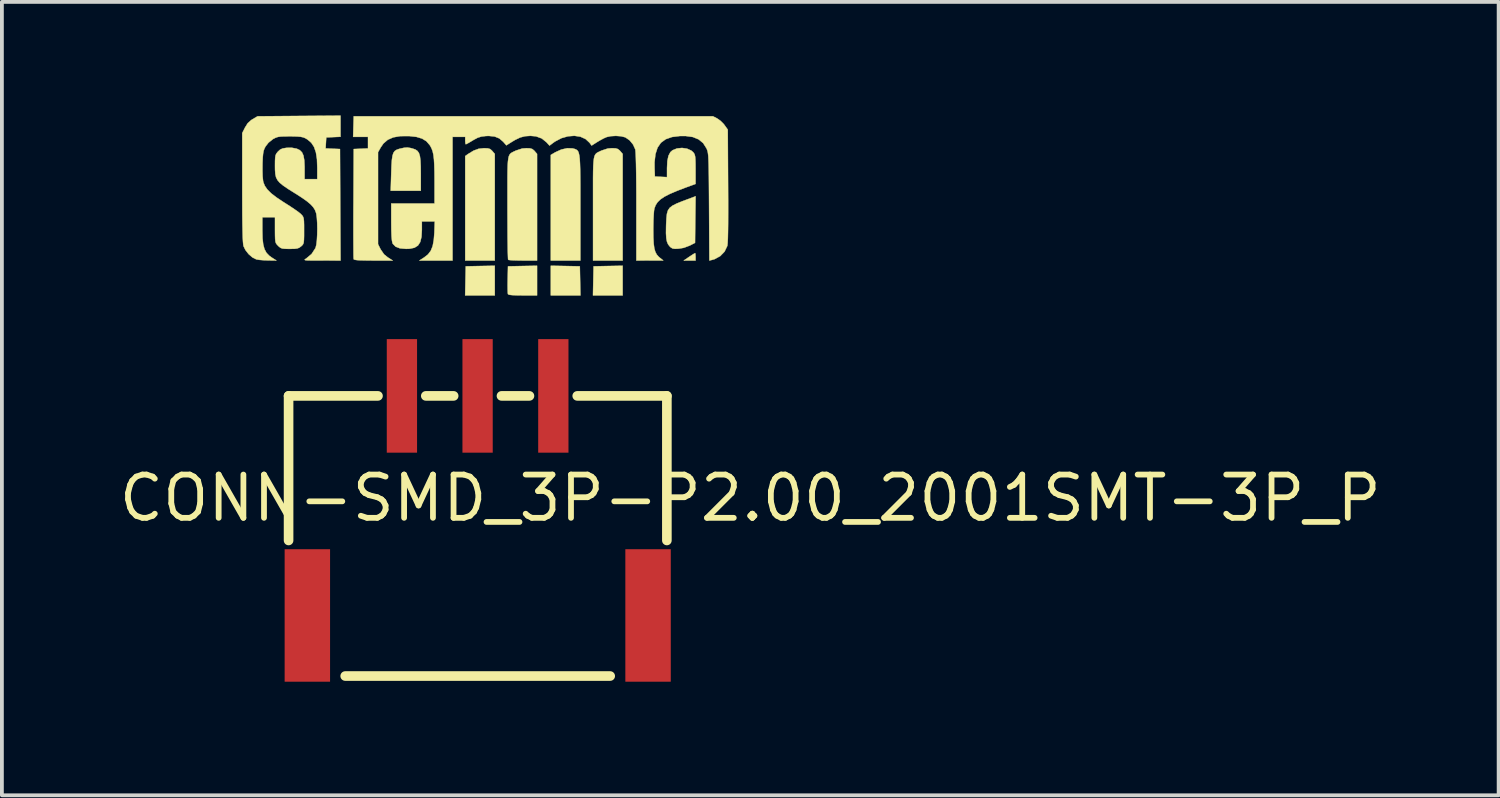
<source format=kicad_pcb>
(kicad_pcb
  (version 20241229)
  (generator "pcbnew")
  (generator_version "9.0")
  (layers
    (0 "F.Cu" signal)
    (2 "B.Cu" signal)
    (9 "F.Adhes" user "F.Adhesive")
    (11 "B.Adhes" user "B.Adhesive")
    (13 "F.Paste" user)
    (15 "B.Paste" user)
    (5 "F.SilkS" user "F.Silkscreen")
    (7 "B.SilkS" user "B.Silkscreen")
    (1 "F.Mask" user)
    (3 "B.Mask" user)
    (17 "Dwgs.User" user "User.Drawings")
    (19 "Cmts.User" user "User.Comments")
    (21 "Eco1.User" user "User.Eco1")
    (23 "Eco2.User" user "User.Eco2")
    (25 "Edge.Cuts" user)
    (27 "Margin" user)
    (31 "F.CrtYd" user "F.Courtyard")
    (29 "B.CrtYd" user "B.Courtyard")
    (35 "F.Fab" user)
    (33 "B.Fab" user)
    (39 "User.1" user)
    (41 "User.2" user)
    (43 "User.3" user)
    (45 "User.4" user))
  (footprint "CONN-SMD_3P-P2.00_2001SMT-3P_P"
    (layer "F.Cu")
    (at 9.569 10.108)
    (property "Reference" "CONN-SMD_3P-P2.00_2001SMT-3P_P" (at 7.2 0 0) (layer "F.SilkS") (effects (font (size 1.143 1.143) (thickness 0.152))))
    (attr smd)
    (fp_line (start -4.996 -2.7) (end -4.996 1.119) (stroke (width 0.254) (type solid)) (layer "F.SilkS"))
    (fp_line (start -2.634 -2.7) (end -4.996 -2.7) (stroke (width 0.254) (type solid)) (layer "F.SilkS"))
    (fp_line (start -0.635 -2.7) (end -1.371 -2.7) (stroke (width 0.254) (type solid)) (layer "F.SilkS"))
    (fp_line (start 1.367 -2.7) (end 0.628 -2.7) (stroke (width 0.254) (type solid)) (layer "F.SilkS"))
    (fp_line (start 3.5 4.7) (end -3.5 4.7) (stroke (width 0.254) (type solid)) (layer "F.SilkS"))
    (fp_line (start 4.997 -2.7) (end 2.629 -2.7) (stroke (width 0.254) (type solid)) (layer "F.SilkS"))
    (fp_line (start 4.997 -2.7) (end 4.997 1.119) (stroke (width 0.254) (type solid)) (layer "F.SilkS"))
    (fp_poly (pts (xy 3.829 -5.355) (xy 3.045 -5.355) (xy 3.061 -6.123) (xy 3.445 -6.131) (xy 3.829 -6.138) (xy 3.829 -5.355)) (stroke (width 0.01) (type solid)) (fill yes) (layer "F.SilkS"))
    (fp_poly (pts (xy 0.451 -5.355) (xy -0.332 -5.355) (xy -0.324 -5.739) (xy -0.316 -6.123) (xy 0.067 -6.131) (xy 0.451 -6.138) (xy 0.451 -5.355)) (stroke (width 0.01) (type solid)) (fill yes) (layer "F.SilkS"))
    (fp_poly (pts (xy 2.314 -6.131) (xy 2.698 -6.123) (xy 2.706 -5.739) (xy 2.714 -5.355) (xy 1.931 -5.355) (xy 1.931 -6.138) (xy 2.314 -6.131)) (stroke (width 0.01) (type solid)) (fill yes) (layer "F.SilkS"))
    (fp_poly (pts (xy 5.751 -6.447) (xy 5.754 -6.387) (xy 5.755 -6.374) (xy 5.755 -6.276) (xy 5.442 -6.276) (xy 5.587 -6.374) (xy 5.664 -6.425) (xy 5.721 -6.46) (xy 5.743 -6.472) (xy 5.751 -6.447)) (stroke (width 0.01) (type solid)) (fill yes) (layer "F.SilkS"))
    (fp_poly (pts (xy 0.264 -9.239) (xy 0.325 -9.222) (xy 0.372 -9.184) (xy 0.386 -9.168) (xy 0.451 -9.092) (xy 0.451 -6.276) (xy -0.33 -6.276) (xy -0.33 -9.036) (xy -0.254 -9.09) (xy -0.108 -9.179) (xy 0.025 -9.228) (xy 0.163 -9.243) (xy 0.169 -9.243) (xy 0.264 -9.239)) (stroke (width 0.01) (type solid)) (fill yes) (layer "F.SilkS"))
    (fp_poly (pts (xy 1.568 -5.355) (xy 1.19 -5.355) (xy 1.027 -5.357) (xy 0.913 -5.362) (xy 0.841 -5.37) (xy 0.805 -5.383) (xy 0.798 -5.392) (xy 0.794 -5.433) (xy 0.791 -5.517) (xy 0.79 -5.633) (xy 0.792 -5.768) (xy 0.792 -5.776) (xy 0.8 -6.123) (xy 1.184 -6.131) (xy 1.568 -6.138) (xy 1.568 -5.355)) (stroke (width 0.01) (type solid)) (fill yes) (layer "F.SilkS"))
    (fp_poly (pts (xy 2.507 -9.238) (xy 2.526 -9.233) (xy 2.566 -9.222) (xy 2.6 -9.208) (xy 2.629 -9.189) (xy 2.652 -9.159) (xy 2.67 -9.114) (xy 2.684 -9.049) (xy 2.695 -8.96) (xy 2.702 -8.842) (xy 2.707 -8.691) (xy 2.71 -8.502) (xy 2.712 -8.271) (xy 2.712 -7.994) (xy 2.712 -7.665) (xy 2.712 -6.276) (xy 1.931 -6.276) (xy 1.931 -9.065) (xy 2.049 -9.135) (xy 2.209 -9.208) (xy 2.366 -9.243) (xy 2.507 -9.238)) (stroke (width 0.01) (type solid)) (fill yes) (layer "F.SilkS"))
    (fp_poly (pts (xy -1.775 -9.248) (xy -1.718 -9.233) (xy -1.646 -9.208) (xy -1.592 -9.171) (xy -1.553 -9.116) (xy -1.527 -9.034) (xy -1.512 -8.919) (xy -1.505 -8.763) (xy -1.503 -8.572) (xy -1.503 -8.119) (xy -1.9 -8.119) (xy -2.298 -8.119) (xy -2.284 -8.588) (xy -2.277 -8.785) (xy -2.267 -8.934) (xy -2.251 -9.042) (xy -2.227 -9.118) (xy -2.192 -9.168) (xy -2.143 -9.201) (xy -2.077 -9.224) (xy -2.05 -9.231) (xy -1.942 -9.255) (xy -1.859 -9.261) (xy -1.775 -9.248)) (stroke (width 0.01) (type solid)) (fill yes) (layer "F.SilkS"))
    (fp_poly (pts (xy 3.642 -9.239) (xy 3.703 -9.221) (xy 3.75 -9.183) (xy 3.764 -9.168) (xy 3.829 -9.092) (xy 3.829 -6.276) (xy 3.047 -6.276) (xy 3.047 -7.654) (xy 3.047 -7.971) (xy 3.047 -8.237) (xy 3.047 -8.457) (xy 3.049 -8.636) (xy 3.053 -8.777) (xy 3.06 -8.887) (xy 3.07 -8.97) (xy 3.084 -9.031) (xy 3.104 -9.074) (xy 3.129 -9.104) (xy 3.16 -9.127) (xy 3.198 -9.146) (xy 3.244 -9.168) (xy 3.27 -9.18) (xy 3.438 -9.235) (xy 3.547 -9.243) (xy 3.642 -9.239)) (stroke (width 0.01) (type solid)) (fill yes) (layer "F.SilkS"))
    (fp_poly (pts (xy 5.748 -7.359) (xy 5.741 -6.744) (xy 5.603 -6.672) (xy 5.444 -6.612) (xy 5.305 -6.589) (xy 5.209 -6.585) (xy 5.148 -6.594) (xy 5.101 -6.622) (xy 5.074 -6.647) (xy 5.03 -6.703) (xy 5 -6.773) (xy 4.982 -6.868) (xy 4.974 -6.996) (xy 4.976 -7.167) (xy 4.978 -7.238) (xy 4.986 -7.394) (xy 4.999 -7.512) (xy 5.026 -7.601) (xy 5.073 -7.67) (xy 5.148 -7.727) (xy 5.257 -7.782) (xy 5.408 -7.843) (xy 5.499 -7.877) (xy 5.756 -7.973) (xy 5.748 -7.359)) (stroke (width 0.01) (type solid)) (fill yes) (layer "F.SilkS"))
    (fp_poly (pts (xy 1.381 -9.239) (xy 1.442 -9.221) (xy 1.489 -9.183) (xy 1.503 -9.168) (xy 1.568 -9.092) (xy 1.568 -6.276) (xy 1.196 -6.276) (xy 1.057 -6.278) (xy 0.938 -6.281) (xy 0.852 -6.287) (xy 0.808 -6.294) (xy 0.805 -6.295) (xy 0.801 -6.326) (xy 0.798 -6.407) (xy 0.794 -6.533) (xy 0.792 -6.699) (xy 0.789 -6.898) (xy 0.788 -7.126) (xy 0.787 -7.378) (xy 0.786 -7.646) (xy 0.786 -7.672) (xy 0.786 -7.987) (xy 0.786 -8.251) (xy 0.786 -8.469) (xy 0.788 -8.645) (xy 0.792 -8.785) (xy 0.799 -8.894) (xy 0.81 -8.975) (xy 0.824 -9.034) (xy 0.844 -9.076) (xy 0.87 -9.106) (xy 0.902 -9.128) (xy 0.941 -9.148) (xy 0.988 -9.17) (xy 1.009 -9.18) (xy 1.177 -9.235) (xy 1.286 -9.243) (xy 1.381 -9.239)) (stroke (width 0.01) (type solid)) (fill yes) (layer "F.SilkS"))
    (fp_poly (pts (xy -3.624 -9.545) (xy -4.001 -9.528) (xy -4.018 -9.238) (xy -3.828 -9.229) (xy -3.638 -9.221) (xy -3.631 -7.749) (xy -3.623 -6.276) (xy -4.119 -6.277) (xy -4.296 -6.277) (xy -4.423 -6.278) (xy -4.508 -6.28) (xy -4.555 -6.285) (xy -4.572 -6.294) (xy -4.565 -6.306) (xy -4.541 -6.323) (xy -4.531 -6.329) (xy -4.388 -6.448) (xy -4.289 -6.6) (xy -4.281 -6.618) (xy -4.262 -6.695) (xy -4.248 -6.813) (xy -4.24 -6.957) (xy -4.237 -7.113) (xy -4.24 -7.267) (xy -4.249 -7.404) (xy -4.263 -7.508) (xy -4.27 -7.535) (xy -4.3 -7.614) (xy -4.346 -7.687) (xy -4.413 -7.76) (xy -4.508 -7.84) (xy -4.638 -7.932) (xy -4.81 -8.043) (xy -4.838 -8.06) (xy -5.008 -8.167) (xy -5.136 -8.254) (xy -5.228 -8.329) (xy -5.289 -8.4) (xy -5.327 -8.475) (xy -5.346 -8.563) (xy -5.354 -8.673) (xy -5.355 -8.778) (xy -5.354 -8.909) (xy -5.349 -8.998) (xy -5.339 -9.057) (xy -5.319 -9.1) (xy -5.288 -9.14) (xy -5.278 -9.152) (xy -5.218 -9.207) (xy -5.15 -9.237) (xy -5.05 -9.253) (xy -5.047 -9.253) (xy -4.907 -9.254) (xy -4.785 -9.231) (xy -4.782 -9.231) (xy -4.7 -9.192) (xy -4.641 -9.133) (xy -4.603 -9.047) (xy -4.581 -8.924) (xy -4.573 -8.756) (xy -4.573 -8.712) (xy -4.573 -8.426) (xy -4.238 -8.426) (xy -4.238 -8.728) (xy -4.246 -8.954) (xy -4.274 -9.134) (xy -4.323 -9.276) (xy -4.396 -9.387) (xy -4.498 -9.474) (xy -4.553 -9.507) (xy -4.608 -9.53) (xy -4.679 -9.545) (xy -4.78 -9.553) (xy -4.921 -9.556) (xy -4.964 -9.556) (xy -5.105 -9.555) (xy -5.205 -9.551) (xy -5.277 -9.541) (xy -5.334 -9.522) (xy -5.39 -9.494) (xy -5.411 -9.482) (xy -5.529 -9.387) (xy -5.606 -9.287) (xy -5.636 -9.229) (xy -5.656 -9.171) (xy -5.669 -9.099) (xy -5.678 -9) (xy -5.684 -8.862) (xy -5.685 -8.815) (xy -5.686 -8.647) (xy -5.682 -8.501) (xy -5.671 -8.39) (xy -5.663 -8.346) (xy -5.623 -8.247) (xy -5.556 -8.151) (xy -5.456 -8.051) (xy -5.316 -7.943) (xy -5.131 -7.82) (xy -5.085 -7.791) (xy -4.955 -7.708) (xy -4.836 -7.628) (xy -4.738 -7.559) (xy -4.675 -7.508) (xy -4.665 -7.498) (xy -4.632 -7.463) (xy -4.611 -7.428) (xy -4.597 -7.383) (xy -4.59 -7.316) (xy -4.587 -7.216) (xy -4.587 -7.072) (xy -4.587 -7.068) (xy -4.587 -6.923) (xy -4.59 -6.823) (xy -4.596 -6.757) (xy -4.609 -6.714) (xy -4.63 -6.683) (xy -4.661 -6.654) (xy -4.665 -6.651) (xy -4.712 -6.616) (xy -4.764 -6.596) (xy -4.837 -6.586) (xy -4.948 -6.584) (xy -4.967 -6.584) (xy -5.081 -6.585) (xy -5.155 -6.592) (xy -5.205 -6.609) (xy -5.248 -6.641) (xy -5.273 -6.665) (xy -5.307 -6.701) (xy -5.33 -6.735) (xy -5.344 -6.78) (xy -5.351 -6.845) (xy -5.354 -6.944) (xy -5.355 -7.084) (xy -5.355 -7.421) (xy -5.689 -7.421) (xy -5.689 -7.07) (xy -5.684 -6.862) (xy -5.666 -6.7) (xy -5.632 -6.575) (xy -5.579 -6.478) (xy -5.504 -6.401) (xy -5.442 -6.356) (xy -5.316 -6.276) (xy -5.537 -6.279) (xy -5.657 -6.284) (xy -5.767 -6.293) (xy -5.845 -6.306) (xy -5.851 -6.308) (xy -5.952 -6.359) (xy -6.053 -6.447) (xy -6.136 -6.554) (xy -6.186 -6.657) (xy -6.194 -6.702) (xy -6.201 -6.78) (xy -6.207 -6.892) (xy -6.211 -7.043) (xy -6.215 -7.236) (xy -6.218 -7.474) (xy -6.219 -7.761) (xy -6.22 -8.098) (xy -6.22 -8.207) (xy -6.22 -9.643) (xy -6.147 -9.788) (xy -6.076 -9.903) (xy -5.984 -9.985) (xy -5.945 -10.01) (xy -5.815 -10.086) (xy -4.72 -10.095) (xy -3.624 -10.103) (xy -3.624 -9.545)) (stroke (width 0.01) (type solid)) (fill yes) (layer "F.SilkS"))
    (fp_poly (pts (xy 6.327 -10.028) (xy 6.412 -9.968) (xy 6.495 -9.886) (xy 6.522 -9.851) (xy 6.606 -9.733) (xy 6.614 -8.249) (xy 6.616 -7.862) (xy 6.616 -7.531) (xy 6.615 -7.253) (xy 6.612 -7.029) (xy 6.608 -6.858) (xy 6.602 -6.739) (xy 6.595 -6.671) (xy 6.593 -6.662) (xy 6.521 -6.512) (xy 6.407 -6.394) (xy 6.259 -6.313) (xy 6.195 -6.294) (xy 6.12 -6.276) (xy 6.112 -7.693) (xy 6.11 -8.011) (xy 6.108 -8.278) (xy 6.106 -8.499) (xy 6.103 -8.679) (xy 6.1 -8.823) (xy 6.096 -8.936) (xy 6.092 -9.023) (xy 6.085 -9.089) (xy 6.078 -9.138) (xy 6.068 -9.176) (xy 6.057 -9.208) (xy 6.044 -9.238) (xy 5.956 -9.377) (xy 5.837 -9.476) (xy 5.683 -9.539) (xy 5.489 -9.566) (xy 5.339 -9.565) (xy 5.132 -9.539) (xy 4.967 -9.481) (xy 4.84 -9.388) (xy 4.75 -9.257) (xy 4.695 -9.086) (xy 4.671 -8.872) (xy 4.672 -8.715) (xy 4.68 -8.495) (xy 4.84 -8.487) (xy 5.001 -8.479) (xy 5.001 -8.718) (xy 5.01 -8.904) (xy 5.039 -9.042) (xy 5.089 -9.138) (xy 5.145 -9.188) (xy 5.263 -9.236) (xy 5.397 -9.25) (xy 5.529 -9.231) (xy 5.641 -9.181) (xy 5.692 -9.137) (xy 5.717 -9.104) (xy 5.734 -9.067) (xy 5.745 -9.015) (xy 5.751 -8.938) (xy 5.754 -8.826) (xy 5.755 -8.682) (xy 5.755 -8.299) (xy 5.496 -8.205) (xy 5.263 -8.116) (xy 5.078 -8.037) (xy 4.935 -7.964) (xy 4.828 -7.892) (xy 4.752 -7.818) (xy 4.7 -7.738) (xy 4.667 -7.65) (xy 4.657 -7.587) (xy 4.649 -7.48) (xy 4.642 -7.342) (xy 4.639 -7.185) (xy 4.638 -7.093) (xy 4.64 -6.884) (xy 4.649 -6.722) (xy 4.665 -6.598) (xy 4.692 -6.505) (xy 4.73 -6.433) (xy 4.783 -6.373) (xy 4.816 -6.346) (xy 4.903 -6.277) (xy 4.547 -6.277) (xy 4.191 -6.276) (xy 4.191 -7.693) (xy 4.191 -8.038) (xy 4.189 -8.344) (xy 4.186 -8.608) (xy 4.182 -8.829) (xy 4.177 -9.003) (xy 4.171 -9.128) (xy 4.165 -9.201) (xy 4.162 -9.213) (xy 4.104 -9.341) (xy 4.013 -9.452) (xy 3.903 -9.528) (xy 3.894 -9.532) (xy 3.786 -9.559) (xy 3.65 -9.569) (xy 3.513 -9.561) (xy 3.407 -9.538) (xy 3.331 -9.505) (xy 3.234 -9.453) (xy 3.16 -9.409) (xy 3.009 -9.313) (xy 2.955 -9.387) (xy 2.85 -9.485) (xy 2.714 -9.547) (xy 2.555 -9.571) (xy 2.384 -9.558) (xy 2.21 -9.508) (xy 2.043 -9.42) (xy 1.992 -9.384) (xy 1.897 -9.312) (xy 1.817 -9.4) (xy 1.692 -9.501) (xy 1.539 -9.557) (xy 1.391 -9.57) (xy 1.25 -9.56) (xy 1.123 -9.527) (xy 0.989 -9.463) (xy 0.904 -9.412) (xy 0.757 -9.319) (xy 0.672 -9.415) (xy 0.571 -9.502) (xy 0.447 -9.552) (xy 0.291 -9.568) (xy 0.214 -9.565) (xy 0.098 -9.551) (xy 0.001 -9.521) (xy -0.106 -9.464) (xy -0.129 -9.45) (xy -0.214 -9.399) (xy -0.28 -9.362) (xy -0.313 -9.347) (xy -0.314 -9.347) (xy -0.325 -9.371) (xy -0.33 -9.432) (xy -0.33 -9.445) (xy -0.33 -9.542) (xy -0.665 -9.542) (xy -0.665 -6.276) (xy -1.541 -6.276) (xy -1.415 -6.357) (xy -1.314 -6.436) (xy -1.24 -6.533) (xy -1.19 -6.657) (xy -1.16 -6.817) (xy -1.145 -7.009) (xy -1.134 -7.309) (xy -1.475 -7.309) (xy -1.475 -7.085) (xy -1.485 -6.902) (xy -1.518 -6.766) (xy -1.578 -6.672) (xy -1.671 -6.614) (xy -1.8 -6.587) (xy -1.893 -6.584) (xy -2.053 -6.598) (xy -2.168 -6.642) (xy -2.241 -6.717) (xy -2.251 -6.736) (xy -2.265 -6.8) (xy -2.276 -6.917) (xy -2.282 -7.085) (xy -2.284 -7.297) (xy -2.284 -7.784) (xy -1.14 -7.784) (xy -1.14 -8.377) (xy -1.142 -8.614) (xy -1.147 -8.803) (xy -1.156 -8.953) (xy -1.17 -9.07) (xy -1.191 -9.163) (xy -1.219 -9.239) (xy -1.255 -9.307) (xy -1.267 -9.325) (xy -1.354 -9.426) (xy -1.469 -9.497) (xy -1.618 -9.542) (xy -1.81 -9.564) (xy -1.824 -9.564) (xy -2.048 -9.562) (xy -2.23 -9.53) (xy -2.376 -9.466) (xy -2.49 -9.368) (xy -2.563 -9.262) (xy -2.633 -9.137) (xy -2.633 -6.709) (xy -2.566 -6.573) (xy -2.474 -6.439) (xy -2.372 -6.357) (xy -2.245 -6.276) (xy -2.754 -6.276) (xy -2.948 -6.278) (xy -3.091 -6.281) (xy -3.189 -6.287) (xy -3.249 -6.296) (xy -3.275 -6.309) (xy -3.276 -6.311) (xy -3.279 -6.345) (xy -3.281 -6.43) (xy -3.282 -6.559) (xy -3.283 -6.728) (xy -3.284 -6.932) (xy -3.284 -7.164) (xy -3.284 -7.42) (xy -3.283 -7.694) (xy -3.282 -7.784) (xy -3.275 -9.221) (xy -3.087 -9.229) (xy -2.898 -9.238) (xy -2.898 -9.542) (xy -3.291 -9.542) (xy -3.283 -9.814) (xy -3.275 -10.086) (xy 6.215 -10.086) (xy 6.327 -10.028)) (stroke (width 0.01) (type solid)) (fill yes) (layer "F.SilkS"))
    (pad "1" smd rect (at 1.998 -2.7 270) (size 3 0.8) (layers "F.Cu" "F.Mask" "F.Paste"))
    (pad "2" smd rect (at -0.003 -2.7 270) (size 3 0.8) (layers "F.Cu" "F.Mask" "F.Paste"))
    (pad "3" smd rect (at -2.002 -2.7 270) (size 3 0.8) (layers "F.Cu" "F.Mask" "F.Paste"))
    (pad "4" smd rect (at 4.5 3.1 270) (size 3.5 1.2) (layers "F.Cu" "F.Mask" "F.Paste"))
    (pad "5" smd rect (at -4.5 3.1 270) (size 3.5 1.2) (layers "F.Cu" "F.Mask" "F.Paste")))
  (gr_rect
    (start -3 -3)
    (end 36.538 17.958)
    (stroke (width 0.1) (type default))
    (fill no)
    (layer "Edge.Cuts")))
</source>
